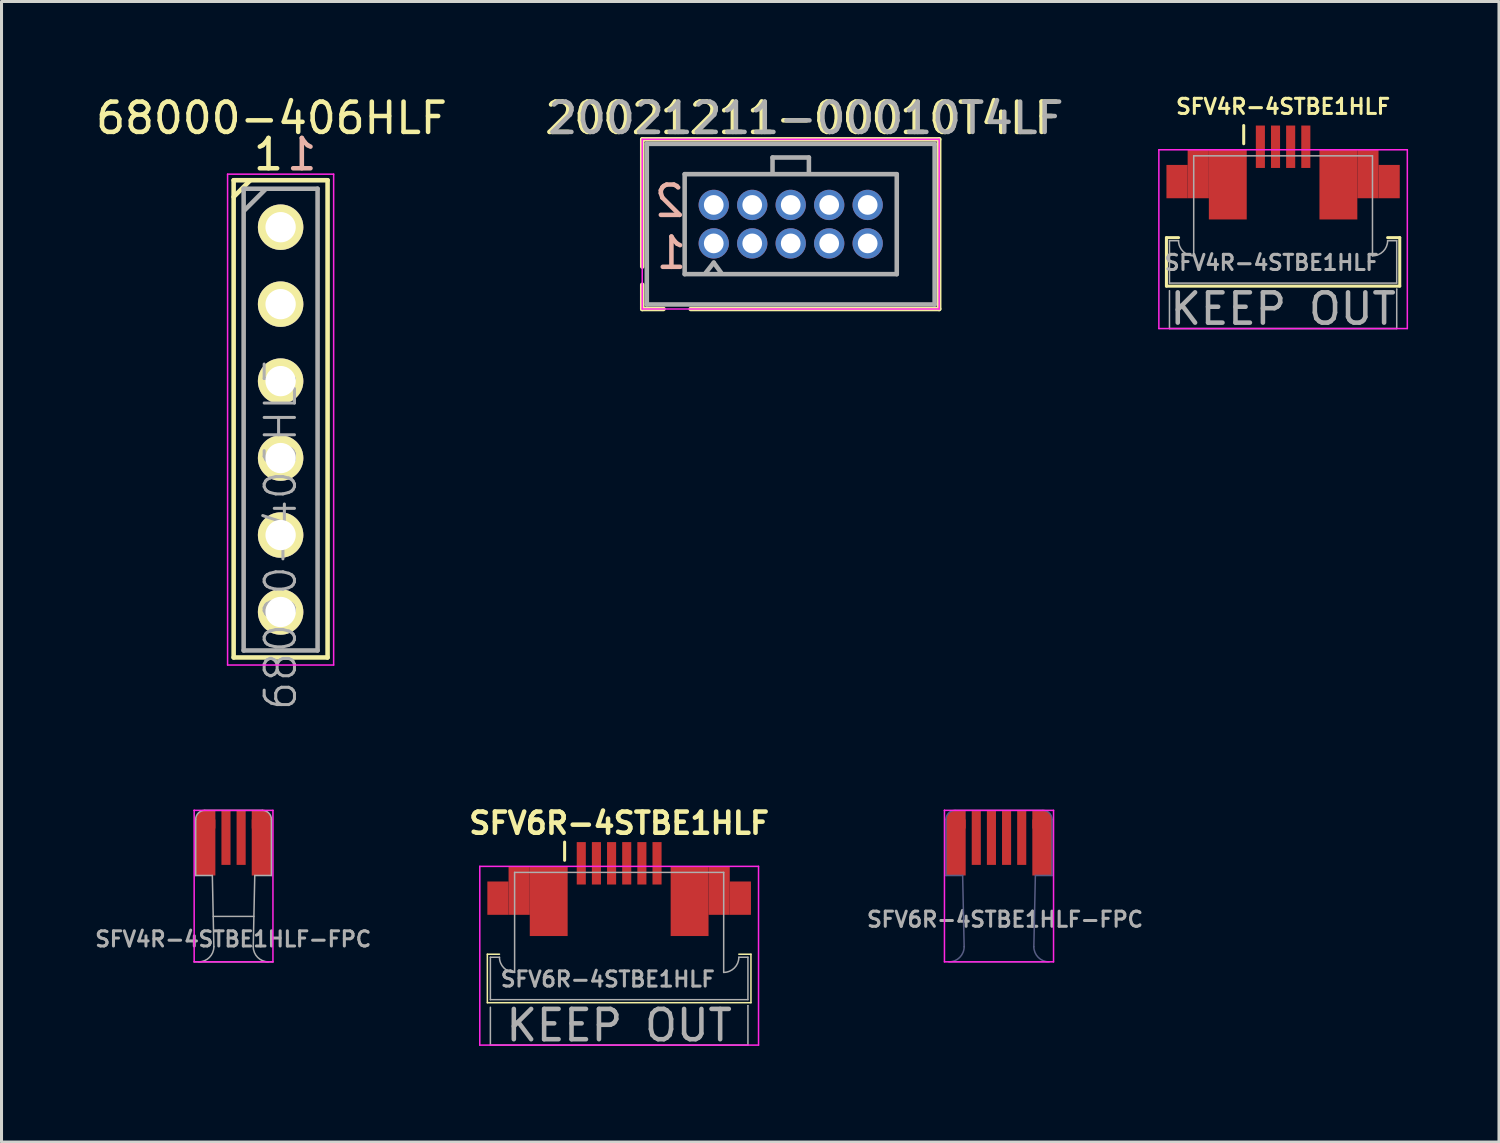
<source format=kicad_pcb>
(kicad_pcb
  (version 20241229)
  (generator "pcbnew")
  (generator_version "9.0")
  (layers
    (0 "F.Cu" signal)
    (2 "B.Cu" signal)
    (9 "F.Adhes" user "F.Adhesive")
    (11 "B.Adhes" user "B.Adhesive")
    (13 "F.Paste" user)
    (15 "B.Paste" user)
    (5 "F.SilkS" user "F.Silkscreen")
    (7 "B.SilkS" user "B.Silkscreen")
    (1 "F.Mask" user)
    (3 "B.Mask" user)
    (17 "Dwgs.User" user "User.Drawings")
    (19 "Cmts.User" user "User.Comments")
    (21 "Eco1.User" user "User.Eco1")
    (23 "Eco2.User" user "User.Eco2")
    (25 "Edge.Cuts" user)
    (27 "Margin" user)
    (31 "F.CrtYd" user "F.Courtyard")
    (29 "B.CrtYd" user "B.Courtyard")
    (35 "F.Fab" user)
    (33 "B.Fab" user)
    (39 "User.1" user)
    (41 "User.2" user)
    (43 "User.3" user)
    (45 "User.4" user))
  (footprint "SFV4R-4STBE1HLF"
    (layer "F.Cu")
    (at 39.296 2.093)
    (property "Reference" "SFV4R-4STBE1HLF" (at 0 -1.625 0) (layer "F.SilkS") (effects (font (size 0.5 0.5) (thickness 0.1))))
    (attr smd)
    (fp_line (start -3.85 2.7) (end -3.85 4.3) (stroke (width 0.1) (type solid)) (layer "F.SilkS"))
    (fp_line (start -3.85 2.7) (end -3.45 2.7) (stroke (width 0.1) (type solid)) (layer "F.SilkS"))
    (fp_line (start -3.85 4.3) (end 3.85 4.3) (stroke (width 0.1) (type solid)) (layer "F.SilkS"))
    (fp_line (start -1.3 -1) (end -1.3 -1) (stroke (width 0.05) (type solid)) (layer "F.SilkS"))
    (fp_line (start -1.3 -0.4) (end -1.3 -1) (stroke (width 0.1) (type solid)) (layer "F.SilkS"))
    (fp_line (start 3.85 2.7) (end 3.45 2.7) (stroke (width 0.1) (type solid)) (layer "F.SilkS"))
    (fp_line (start 3.85 2.7) (end 3.85 4.3) (stroke (width 0.1) (type solid)) (layer "F.SilkS"))
    (fp_line (start -4.1 -0.2) (end 4.1 -0.2) (stroke (width 0.05) (type solid)) (layer "F.CrtYd"))
    (fp_line (start -4.1 5.7) (end -4.1 -0.2) (stroke (width 0.05) (type solid)) (layer "F.CrtYd"))
    (fp_line (start 4.1 -0.2) (end 4.1 5.7) (stroke (width 0.05) (type solid)) (layer "F.CrtYd"))
    (fp_line (start 4.1 5.7) (end -4.1 5.7) (stroke (width 0.05) (type solid)) (layer "F.CrtYd"))
    (fp_line (start -3.75 2.8) (end -3.75 4.2) (stroke (width 0.05) (type solid)) (layer "F.Fab"))
    (fp_line (start -3.75 4.2) (end 3.75 4.2) (stroke (width 0.05) (type solid)) (layer "F.Fab"))
    (fp_line (start -3.75 5.7) (end -3.75 4.45) (stroke (width 0.05) (type solid)) (layer "F.Fab"))
    (fp_line (start -3.75 5.7) (end 3.75 5.7) (stroke (width 0.05) (type solid)) (layer "F.Fab"))
    (fp_line (start -3.45 2.8) (end -3.75 2.8) (stroke (width 0.05) (type solid)) (layer "F.Fab"))
    (fp_line (start -2.95 0) (end -2.95 3.3) (stroke (width 0.05) (type solid)) (layer "F.Fab"))
    (fp_line (start 2.95 0) (end -2.95 0) (stroke (width 0.05) (type solid)) (layer "F.Fab"))
    (fp_line (start 2.95 3.3) (end 2.95 0) (stroke (width 0.05) (type solid)) (layer "F.Fab"))
    (fp_line (start 3.75 2.8) (end 3.45 2.8) (stroke (width 0.05) (type solid)) (layer "F.Fab"))
    (fp_line (start 3.75 4.2) (end 3.75 2.8) (stroke (width 0.05) (type solid)) (layer "F.Fab"))
    (fp_line (start 3.75 4.4) (end 3.75 4.4) (stroke (width 0.05) (type solid)) (layer "F.Fab"))
    (fp_line (start 3.75 5.7) (end 3.75 4.4) (stroke (width 0.05) (type solid)) (layer "F.Fab"))
    (fp_arc (start -2.952227 3.299995) (mid -3.30434 3.152765) (end -3.45 2.8) (stroke (width 0.05) (type solid)) (layer "F.Fab"))
    (fp_arc (start 3.449998 2.80136) (mid 3.303072 3.154034) (end 2.95 3.3) (stroke (width 0.05) (type solid)) (layer "F.Fab"))
    (fp_text user "${REFERENCE}" (at -0.375 3.525 0) (layer "F.Fab") (effects (font (size 0.5 0.5) (thickness 0.1))))
    (fp_text user "KEEP OUT" (at 0 5.05 0) (layer "F.Fab") (effects (font (size 1 1) (thickness 0.15))))
    (pad "1" smd rect (at -0.75 -0.3) (size 0.3 1.4) (layers "F.Cu" "F.Mask" "F.Paste"))
    (pad "2" smd rect (at -0.25 -0.3) (size 0.3 1.4) (layers "F.Cu" "F.Mask" "F.Paste"))
    (pad "3" smd rect (at 0.25 -0.3) (size 0.3 1.4) (layers "F.Cu" "F.Mask" "F.Paste"))
    (pad "4" smd rect (at 0.75 -0.3) (size 0.3 1.4) (layers "F.Cu" "F.Mask" "F.Paste"))
    (pad "7" smd rect (at -3.5 0.85) (size 0.7 1.1) (layers "F.Cu" "F.Mask" "F.Paste"))
    (pad "7" smd rect (at -2.8 0.6) (size 0.7 1.6) (layers "F.Cu" "F.Mask" "F.Paste"))
    (pad "7" smd rect (at -1.825 0.95) (size 1.25 2.3) (layers "F.Cu" "F.Mask" "F.Paste"))
    (pad "8" smd rect (at 1.825 0.95) (size 1.25 2.3) (layers "F.Cu" "F.Mask" "F.Paste"))
    (pad "8" smd rect (at 2.8 0.6) (size 0.7 1.6) (layers "F.Cu" "F.Mask" "F.Paste"))
    (pad "8" smd rect (at 3.5 0.85) (size 0.7 1.1) (layers "F.Cu" "F.Mask" "F.Paste")))
  (footprint "20021211-00010T4LF"
    (layer "F.Cu")
    (at 23.046 4.348)
    (property "Reference" "20021211-00010T4LF" (at 0.4 -3.5 0) (layer "F.SilkS") (effects (font (size 1 1) (thickness 0.15))))
    (attr smd)
    (fp_line (start -4.9 -2.8) (end -4.9 1.4) (stroke (width 0.15) (type solid)) (layer "F.SilkS"))
    (fp_line (start -4.9 2) (end -4.9 2.8) (stroke (width 0.15) (type solid)) (layer "F.SilkS"))
    (fp_line (start -4.9 2.8) (end -4.2 2.8) (stroke (width 0.15) (type solid)) (layer "F.SilkS"))
    (fp_line (start -3.3 2.8) (end 4.9 2.8) (stroke (width 0.15) (type solid)) (layer "F.SilkS"))
    (fp_line (start 4.9 -2.8) (end -4.9 -2.8) (stroke (width 0.15) (type solid)) (layer "F.SilkS"))
    (fp_line (start 4.9 2.8) (end 4.9 -2.8) (stroke (width 0.15) (type solid)) (layer "F.SilkS"))
    (fp_line (start -4.9 -2.8) (end -4.9 2.8) (stroke (width 0.05) (type solid)) (layer "F.CrtYd"))
    (fp_line (start -4.9 2.8) (end 4.9 2.8) (stroke (width 0.05) (type solid)) (layer "F.CrtYd"))
    (fp_line (start 4.9 -2.8) (end -4.9 -2.8) (stroke (width 0.05) (type solid)) (layer "F.CrtYd"))
    (fp_line (start 4.9 2.8) (end 4.9 -2.8) (stroke (width 0.05) (type solid)) (layer "F.CrtYd"))
    (fp_line (start -4.75 -2.65) (end 4.75 -2.65) (stroke (width 0.15) (type solid)) (layer "F.Fab"))
    (fp_line (start -4.75 2.65) (end -4.75 -2.65) (stroke (width 0.15) (type solid)) (layer "F.Fab"))
    (fp_line (start -3.5 -1.65) (end 3.5 -1.65) (stroke (width 0.15) (type solid)) (layer "F.Fab"))
    (fp_line (start -3.5 1.65) (end -3.5 -1.65) (stroke (width 0.15) (type solid)) (layer "F.Fab"))
    (fp_line (start -2.54 1.27) (end -2.8 1.6) (stroke (width 0.15) (type solid)) (layer "F.Fab"))
    (fp_line (start -2.54 1.27) (end -2.3 1.6) (stroke (width 0.15) (type solid)) (layer "F.Fab"))
    (fp_line (start -0.6 -2.2) (end 0.6 -2.2) (stroke (width 0.15) (type solid)) (layer "F.Fab"))
    (fp_line (start -0.6 -1.7) (end -0.6 -2.2) (stroke (width 0.15) (type solid)) (layer "F.Fab"))
    (fp_line (start 0.6 -2.2) (end 0.6 -1.7) (stroke (width 0.15) (type solid)) (layer "F.Fab"))
    (fp_line (start 3.5 -1.65) (end 3.5 1.65) (stroke (width 0.15) (type solid)) (layer "F.Fab"))
    (fp_line (start 3.5 1.65) (end -3.5 1.65) (stroke (width 0.15) (type solid)) (layer "F.Fab"))
    (fp_line (start 4.75 -2.65) (end 4.75 2.65) (stroke (width 0.15) (type solid)) (layer "F.Fab"))
    (fp_line (start 4.75 2.65) (end -4.75 2.65) (stroke (width 0.15) (type solid)) (layer "F.Fab"))
    (fp_text user "1" (at -3.937 0.953 0) (layer "B.SilkS") (effects (font (size 1 1) (thickness 0.15)) (justify mirror)))
    (fp_text user "2" (at -4 -0.762 0) (layer "B.SilkS") (effects (font (size 1 1) (thickness 0.15)) (justify mirror)))
    (fp_text user "${REFERENCE}" (at 0.5 -3.5 0) (layer "F.Fab") (effects (font (size 1 1) (thickness 0.15))))
    (pad "1" thru_hole circle (at -2.54 0.635) (size 1 1) (drill 0.65) (layers "*.Cu" "*.Mask"))
    (pad "2" thru_hole circle (at -2.54 -0.635) (size 1 1) (drill 0.65) (layers "*.Cu" "*.Mask"))
    (pad "3" thru_hole circle (at -1.27 0.635) (size 1 1) (drill 0.65) (layers "*.Cu" "*.Mask"))
    (pad "4" thru_hole circle (at -1.27 -0.635) (size 1 1) (drill 0.65) (layers "*.Cu" "*.Mask"))
    (pad "5" thru_hole circle (at 0 0.635) (size 1 1) (drill 0.65) (layers "*.Cu" "*.Mask"))
    (pad "6" thru_hole circle (at 0 -0.635) (size 1 1) (drill 0.65) (layers "*.Cu" "*.Mask"))
    (pad "7" thru_hole circle (at 1.27 0.635) (size 1 1) (drill 0.65) (layers "*.Cu" "*.Mask"))
    (pad "8" thru_hole circle (at 1.27 -0.635) (size 1 1) (drill 0.65) (layers "*.Cu" "*.Mask"))
    (pad "9" thru_hole circle (at 2.54 0.635) (size 1 1) (drill 0.65) (layers "*.Cu" "*.Mask"))
    (pad "10" thru_hole circle (at 2.54 -0.635) (size 1 1) (drill 0.65) (layers "*.Cu" "*.Mask")))
  (footprint "SFV6R-4STBE1HLF-FPC"
    (layer "F.Cu")
    (at 29.92 23.694)
    (property "Reference" "SFV6R-4STBE1HLF-FPC" (at 0.2 3.6 0) (layer "F.Fab") (effects (font (size 0.5 0.5) (thickness 0.1))))
    (attr exclude_from_pos_files exclude_from_bom)
    (fp_line (start -1.8 0) (end -1.8 0) (stroke (width 0.05) (type solid)) (layer "F.CrtYd"))
    (fp_line (start -1.8 0) (end 1.8 0) (stroke (width 0.05) (type solid)) (layer "F.CrtYd"))
    (fp_line (start -1.8 5) (end -1.8 0) (stroke (width 0.05) (type solid)) (layer "F.CrtYd"))
    (fp_line (start 1.8 0) (end 1.8 5) (stroke (width 0.05) (type solid)) (layer "F.CrtYd"))
    (fp_line (start 1.8 5) (end -1.8 5) (stroke (width 0.05) (type solid)) (layer "F.CrtYd"))
    (fp_line (start -1.75 0.3) (end -1.75 0.3) (stroke (width 0.05) (type solid)) (layer "B.Fab"))
    (fp_line (start -1.75 2.15) (end -1.75 0.3) (stroke (width 0.05) (type solid)) (layer "B.Fab"))
    (fp_line (start -1.65 5) (end 1.65 5) (stroke (width 0.05) (type solid)) (layer "B.Fab"))
    (fp_line (start -1.2 2.15) (end -1.75 2.15) (stroke (width 0.05) (type solid)) (layer "B.Fab"))
    (fp_line (start -1.15 4.5) (end -1.2 2.15) (stroke (width 0.05) (type solid)) (layer "B.Fab"))
    (fp_line (start 1.15 4.5) (end 1.2 2.15) (stroke (width 0.05) (type solid)) (layer "B.Fab"))
    (fp_line (start 1.2 2.15) (end 1.75 2.15) (stroke (width 0.05) (type solid)) (layer "B.Fab"))
    (fp_line (start 1.45 0) (end -1.45 0) (stroke (width 0.05) (type solid)) (layer "B.Fab"))
    (fp_line (start 1.75 2.15) (end 1.75 0.3) (stroke (width 0.05) (type solid)) (layer "B.Fab"))
    (fp_arc (start -1.75 0.3) (mid -1.662132 0.087868) (end -1.45 0) (stroke (width 0.05) (type solid)) (layer "B.Fab"))
    (fp_arc (start -1.15 4.5) (mid -1.296447 4.853553) (end -1.65 5) (stroke (width 0.05) (type solid)) (layer "B.Fab"))
    (fp_arc (start 1.45 0) (mid 1.662132 0.087868) (end 1.75 0.3) (stroke (width 0.05) (type solid)) (layer "B.Fab"))
    (fp_arc (start 1.65 5) (mid 1.296447 4.853553) (end 1.15 4.5) (stroke (width 0.05) (type solid)) (layer "B.Fab"))
    (pad "" smd rect (at 0 1.25) (size 2.4 2.5) (layers "F.Mask"))
    (pad "1" smd circle (at -1.45 0.3) (size 0.6 0.6) (layers "F.Cu" "F.Mask"))
    (pad "1" smd rect (at -1.425 1.225) (size 0.65 1.85) (layers "F.Cu" "F.Mask"))
    (pad "1" smd rect (at -1.25 0.3) (size 0.3 0.6) (layers "F.Cu" "F.Mask"))
    (pad "2" smd rect (at -0.75 0.9) (size 0.3 1.8) (layers "F.Cu" "F.Mask"))
    (pad "3" smd rect (at -0.25 0.9) (size 0.3 1.8) (layers "F.Cu" "F.Mask"))
    (pad "4" smd rect (at 0.25 0.9) (size 0.3 1.8) (layers "F.Cu" "F.Mask"))
    (pad "5" smd rect (at 0.75 0.9) (size 0.3 1.8) (layers "F.Cu" "F.Mask"))
    (pad "6" smd rect (at 1.25 0.3) (size 0.3 0.6) (layers "F.Cu" "F.Mask"))
    (pad "6" smd rect (at 1.425 1.225) (size 0.65 1.85) (layers "F.Cu" "F.Mask"))
    (pad "6" smd circle (at 1.45 0.3) (size 0.6 0.6) (layers "F.Cu" "F.Mask")))
  (footprint "SFV6R-4STBE1HLF"
    (layer "F.Cu")
    (at 17.384 25.742)
    (property "Reference" "SFV6R-4STBE1HLF" (at 0 -1.625 0) (layer "F.SilkS") (effects (font (size 0.7 0.7) (thickness 0.15))))
    (attr smd)
    (fp_line (start -4.35 2.7) (end -4.35 4.3) (stroke (width 0.05) (type solid)) (layer "F.SilkS"))
    (fp_line (start -4.35 2.7) (end -3.95 2.7) (stroke (width 0.05) (type solid)) (layer "F.SilkS"))
    (fp_line (start -4.35 4.3) (end 4.35 4.3) (stroke (width 0.05) (type solid)) (layer "F.SilkS"))
    (fp_line (start -1.8 -1) (end -1.8 -1) (stroke (width 0.05) (type solid)) (layer "F.SilkS"))
    (fp_line (start -1.8 -0.4) (end -1.8 -1) (stroke (width 0.1) (type solid)) (layer "F.SilkS"))
    (fp_line (start 4.35 2.7) (end 3.95 2.7) (stroke (width 0.05) (type solid)) (layer "F.SilkS"))
    (fp_line (start 4.35 2.7) (end 4.35 4.3) (stroke (width 0.05) (type solid)) (layer "F.SilkS"))
    (fp_line (start -4.6 -0.2) (end 4.6 -0.2) (stroke (width 0.05) (type solid)) (layer "F.CrtYd"))
    (fp_line (start -4.6 5.7) (end -4.6 -0.2) (stroke (width 0.05) (type solid)) (layer "F.CrtYd"))
    (fp_line (start 4.6 -0.2) (end 4.6 5.7) (stroke (width 0.05) (type solid)) (layer "F.CrtYd"))
    (fp_line (start 4.6 5.7) (end -4.6 5.7) (stroke (width 0.05) (type solid)) (layer "F.CrtYd"))
    (fp_line (start -4.25 2.8) (end -4.25 4.2) (stroke (width 0.05) (type solid)) (layer "F.Fab"))
    (fp_line (start -4.25 4.2) (end 4.25 4.2) (stroke (width 0.05) (type solid)) (layer "F.Fab"))
    (fp_line (start -4.25 5.7) (end -4.25 4.45) (stroke (width 0.05) (type solid)) (layer "F.Fab"))
    (fp_line (start -4.25 5.7) (end 4.25 5.7) (stroke (width 0.05) (type solid)) (layer "F.Fab"))
    (fp_line (start -3.95 2.8) (end -4.25 2.8) (stroke (width 0.05) (type solid)) (layer "F.Fab"))
    (fp_line (start -3.45 0) (end -3.45 3.3) (stroke (width 0.05) (type solid)) (layer "F.Fab"))
    (fp_line (start 3.45 0) (end -3.45 0) (stroke (width 0.05) (type solid)) (layer "F.Fab"))
    (fp_line (start 3.45 3.3) (end 3.45 0) (stroke (width 0.05) (type solid)) (layer "F.Fab"))
    (fp_line (start 4.25 2.8) (end 3.95 2.8) (stroke (width 0.05) (type solid)) (layer "F.Fab"))
    (fp_line (start 4.25 4.2) (end 4.25 2.8) (stroke (width 0.05) (type solid)) (layer "F.Fab"))
    (fp_line (start 4.25 4.4) (end 4.25 4.4) (stroke (width 0.05) (type solid)) (layer "F.Fab"))
    (fp_line (start 4.25 5.7) (end 4.25 4.4) (stroke (width 0.05) (type solid)) (layer "F.Fab"))
    (fp_arc (start -3.452227 3.299995) (mid -3.80434 3.152765) (end -3.95 2.8) (stroke (width 0.05) (type solid)) (layer "F.Fab"))
    (fp_arc (start 3.949998 2.80136) (mid 3.803072 3.154034) (end 3.45 3.3) (stroke (width 0.05) (type solid)) (layer "F.Fab"))
    (fp_text user "KEEP OUT" (at 0 5.05 0) (layer "F.Fab") (effects (font (size 1 1) (thickness 0.15))))
    (fp_text user "${REFERENCE}" (at -0.375 3.525 0) (layer "F.Fab") (effects (font (size 0.5 0.5) (thickness 0.1))))
    (pad "1" smd rect (at -1.25 -0.3) (size 0.3 1.4) (layers "F.Cu" "F.Mask" "F.Paste"))
    (pad "2" smd rect (at -0.75 -0.3) (size 0.3 1.4) (layers "F.Cu" "F.Mask" "F.Paste"))
    (pad "3" smd rect (at -0.25 -0.3) (size 0.3 1.4) (layers "F.Cu" "F.Mask" "F.Paste"))
    (pad "4" smd rect (at 0.25 -0.3) (size 0.3 1.4) (layers "F.Cu" "F.Mask" "F.Paste"))
    (pad "5" smd rect (at 0.75 -0.3) (size 0.3 1.4) (layers "F.Cu" "F.Mask" "F.Paste"))
    (pad "6" smd rect (at 1.25 -0.3) (size 0.3 1.4) (layers "F.Cu" "F.Mask" "F.Paste"))
    (pad "7" smd rect (at -4 0.85) (size 0.7 1.1) (layers "F.Cu" "F.Mask" "F.Paste"))
    (pad "7" smd rect (at -3.3 0.6) (size 0.7 1.6) (layers "F.Cu" "F.Mask" "F.Paste"))
    (pad "7" smd rect (at -2.325 0.95) (size 1.25 2.3) (layers "F.Cu" "F.Mask" "F.Paste"))
    (pad "8" smd rect (at 2.325 0.95) (size 1.25 2.3) (layers "F.Cu" "F.Mask" "F.Paste"))
    (pad "8" smd rect (at 3.3 0.6) (size 0.7 1.6) (layers "F.Cu" "F.Mask" "F.Paste"))
    (pad "8" smd rect (at 4 0.85) (size 0.7 1.1) (layers "F.Cu" "F.Mask" "F.Paste")))
  (footprint "68000-406HLF"
    (layer "F.Cu")
    (at 6.211 10.798)
    (property "Reference" "68000-406HLF" (at -0.3 -9.95 0) (layer "F.SilkS") (effects (font (size 1 1) (thickness 0.15))))
    (attr through_hole)
    (fp_line (start -1.55 -7.9) (end 1.55 -7.9) (stroke (width 0.15) (type solid)) (layer "F.SilkS"))
    (fp_line (start -1.55 -7.35) (end -1 -7.9) (stroke (width 0.15) (type solid)) (layer "F.SilkS"))
    (fp_line (start -1.55 7.85) (end -1.55 -7.9) (stroke (width 0.15) (type solid)) (layer "F.SilkS"))
    (fp_line (start -1.55 7.85) (end 1.55 7.85) (stroke (width 0.15) (type solid)) (layer "F.SilkS"))
    (fp_line (start 1.55 -7.9) (end 1.55 7.85) (stroke (width 0.15) (type solid)) (layer "F.SilkS"))
    (fp_line (start -1.75 -8.1) (end -1.75 8.1) (stroke (width 0.05) (type solid)) (layer "F.CrtYd"))
    (fp_line (start -1.75 -8.1) (end 1.75 -8.1) (stroke (width 0.05) (type solid)) (layer "F.CrtYd"))
    (fp_line (start -1.75 8.1) (end 1.75 8.1) (stroke (width 0.05) (type solid)) (layer "F.CrtYd"))
    (fp_line (start 1.75 -8.1) (end 1.75 8.1) (stroke (width 0.05) (type solid)) (layer "F.CrtYd"))
    (fp_line (start -1.22 7.62) (end -1.22 -7.62) (stroke (width 0.15) (type solid)) (layer "F.Fab"))
    (fp_line (start -1.2 -6.9) (end -0.5 -7.6) (stroke (width 0.15) (type solid)) (layer "F.Fab"))
    (fp_line (start 1.22 -7.62) (end -1.22 -7.62) (stroke (width 0.15) (type solid)) (layer "F.Fab"))
    (fp_line (start 1.22 -7.62) (end 1.22 7.62) (stroke (width 0.15) (type solid)) (layer "F.Fab"))
    (fp_line (start 1.22 7.62) (end -1.22 7.62) (stroke (width 0.15) (type solid)) (layer "F.Fab"))
    (fp_text user "1" (at -0.4 -8.75 0) (layer "F.SilkS") (effects (font (size 1 1) (thickness 0.15))))
    (fp_text user "1" (at 0.7 -8.75 0) (layer "B.SilkS") (effects (font (size 1 1) (thickness 0.15)) (justify mirror)))
    (fp_text user "${REFERENCE}" (at 0 3.81 90) (layer "F.Fab") (effects (font (size 1 1) (thickness 0.1))))
    (pad "1" thru_hole circle (at 0 -6.35) (size 1.5 1.5) (drill 1) (layers "*.Cu" "*.Mask" "F.SilkS"))
    (pad "2" thru_hole circle (at 0 -3.81) (size 1.5 1.5) (drill 1) (layers "*.Cu" "*.Mask" "F.SilkS"))
    (pad "3" thru_hole circle (at 0 -1.27) (size 1.5 1.5) (drill 1) (layers "*.Cu" "*.Mask" "F.SilkS"))
    (pad "4" thru_hole circle (at 0 1.27) (size 1.5 1.5) (drill 1) (layers "*.Cu" "*.Mask" "F.SilkS"))
    (pad "5" thru_hole circle (at 0 3.81) (size 1.5 1.5) (drill 1) (layers "*.Cu" "*.Mask" "F.SilkS"))
    (pad "6" thru_hole circle (at 0 6.35) (size 1.5 1.5) (drill 1) (layers "*.Cu" "*.Mask" "F.SilkS")))
  (footprint "SFV4R-4STBE1HLF-FPC"
    (layer "F.Cu")
    (at 4.658 23.694)
    (property "Reference" "SFV4R-4STBE1HLF-FPC" (at -0.01 4.25 0) (layer "F.Fab") (effects (font (size 0.5 0.5) (thickness 0.1))))
    (attr exclude_from_pos_files exclude_from_bom)
    (fp_line (start -1.3 0) (end -1.3 0) (stroke (width 0.05) (type solid)) (layer "F.CrtYd"))
    (fp_line (start -1.3 0) (end 1.3 0) (stroke (width 0.05) (type solid)) (layer "F.CrtYd"))
    (fp_line (start -1.3 5) (end -1.3 0) (stroke (width 0.05) (type solid)) (layer "F.CrtYd"))
    (fp_line (start 1.3 0) (end 1.3 5) (stroke (width 0.05) (type solid)) (layer "F.CrtYd"))
    (fp_line (start 1.3 5) (end -1.3 5) (stroke (width 0.05) (type solid)) (layer "F.CrtYd"))
    (fp_line (start -1.3 5) (end 1.3 5) (stroke (width 0.05) (type solid)) (layer "F.Fab"))
    (fp_line (start -1.25 2.15) (end -1.25 0.3) (stroke (width 0.05) (type solid)) (layer "F.Fab"))
    (fp_line (start -0.7 2.15) (end -1.25 2.15) (stroke (width 0.05) (type solid)) (layer "F.Fab"))
    (fp_line (start -0.65 4.5) (end -0.7 2.15) (stroke (width 0.05) (type solid)) (layer "F.Fab"))
    (fp_line (start 0.65 4.5) (end 0.7 2.15) (stroke (width 0.05) (type solid)) (layer "F.Fab"))
    (fp_line (start 0.67 3.5) (end -0.67 3.5) (stroke (width 0.05) (type solid)) (layer "F.Fab"))
    (fp_line (start 0.7 2.15) (end 1.25 2.15) (stroke (width 0.05) (type solid)) (layer "F.Fab"))
    (fp_line (start 0.95 0) (end -0.95 0) (stroke (width 0.05) (type solid)) (layer "F.Fab"))
    (fp_line (start 1.25 2.15) (end 1.25 0.3) (stroke (width 0.05) (type solid)) (layer "F.Fab"))
    (fp_arc (start -1.25 0.3) (mid -1.162132 0.087868) (end -0.95 0) (stroke (width 0.05) (type solid)) (layer "F.Fab"))
    (fp_arc (start -0.65 4.5) (mid -0.796447 4.853553) (end -1.15 5) (stroke (width 0.05) (type solid)) (layer "F.Fab"))
    (fp_arc (start 0.95 0) (mid 1.162132 0.087868) (end 1.25 0.3) (stroke (width 0.05) (type solid)) (layer "F.Fab"))
    (fp_arc (start 1.15 5) (mid 0.796447 4.853553) (end 0.65 4.5) (stroke (width 0.05) (type solid)) (layer "F.Fab"))
    (pad "" smd rect (at 0 1.25) (size 1.5 2.5) (layers "F.Mask"))
    (pad "1" smd circle (at -0.95 0.3) (size 0.6 0.6) (layers "F.Cu" "F.Mask"))
    (pad "1" smd rect (at -0.925 1.225) (size 0.65 1.85) (layers "F.Cu" "F.Mask"))
    (pad "1" smd rect (at -0.75 0.3) (size 0.3 0.6) (layers "F.Cu" "F.Mask"))
    (pad "2" smd rect (at -0.25 0.9) (size 0.3 1.8) (layers "F.Cu" "F.Mask"))
    (pad "3" smd rect (at 0.25 0.9) (size 0.3 1.8) (layers "F.Cu" "F.Mask"))
    (pad "4" smd rect (at 0.75 0.3) (size 0.3 0.6) (layers "F.Cu" "F.Mask"))
    (pad "4" smd rect (at 0.925 1.225) (size 0.65 1.85) (layers "F.Cu" "F.Mask"))
    (pad "4" smd circle (at 0.95 0.3) (size 0.6 0.6) (layers "F.Cu" "F.Mask")))
  (gr_rect
    (start -3 -3)
    (end 46.421 34.64)
    (stroke (width 0.1) (type default))
    (fill no)
    (layer "Edge.Cuts")))
</source>
